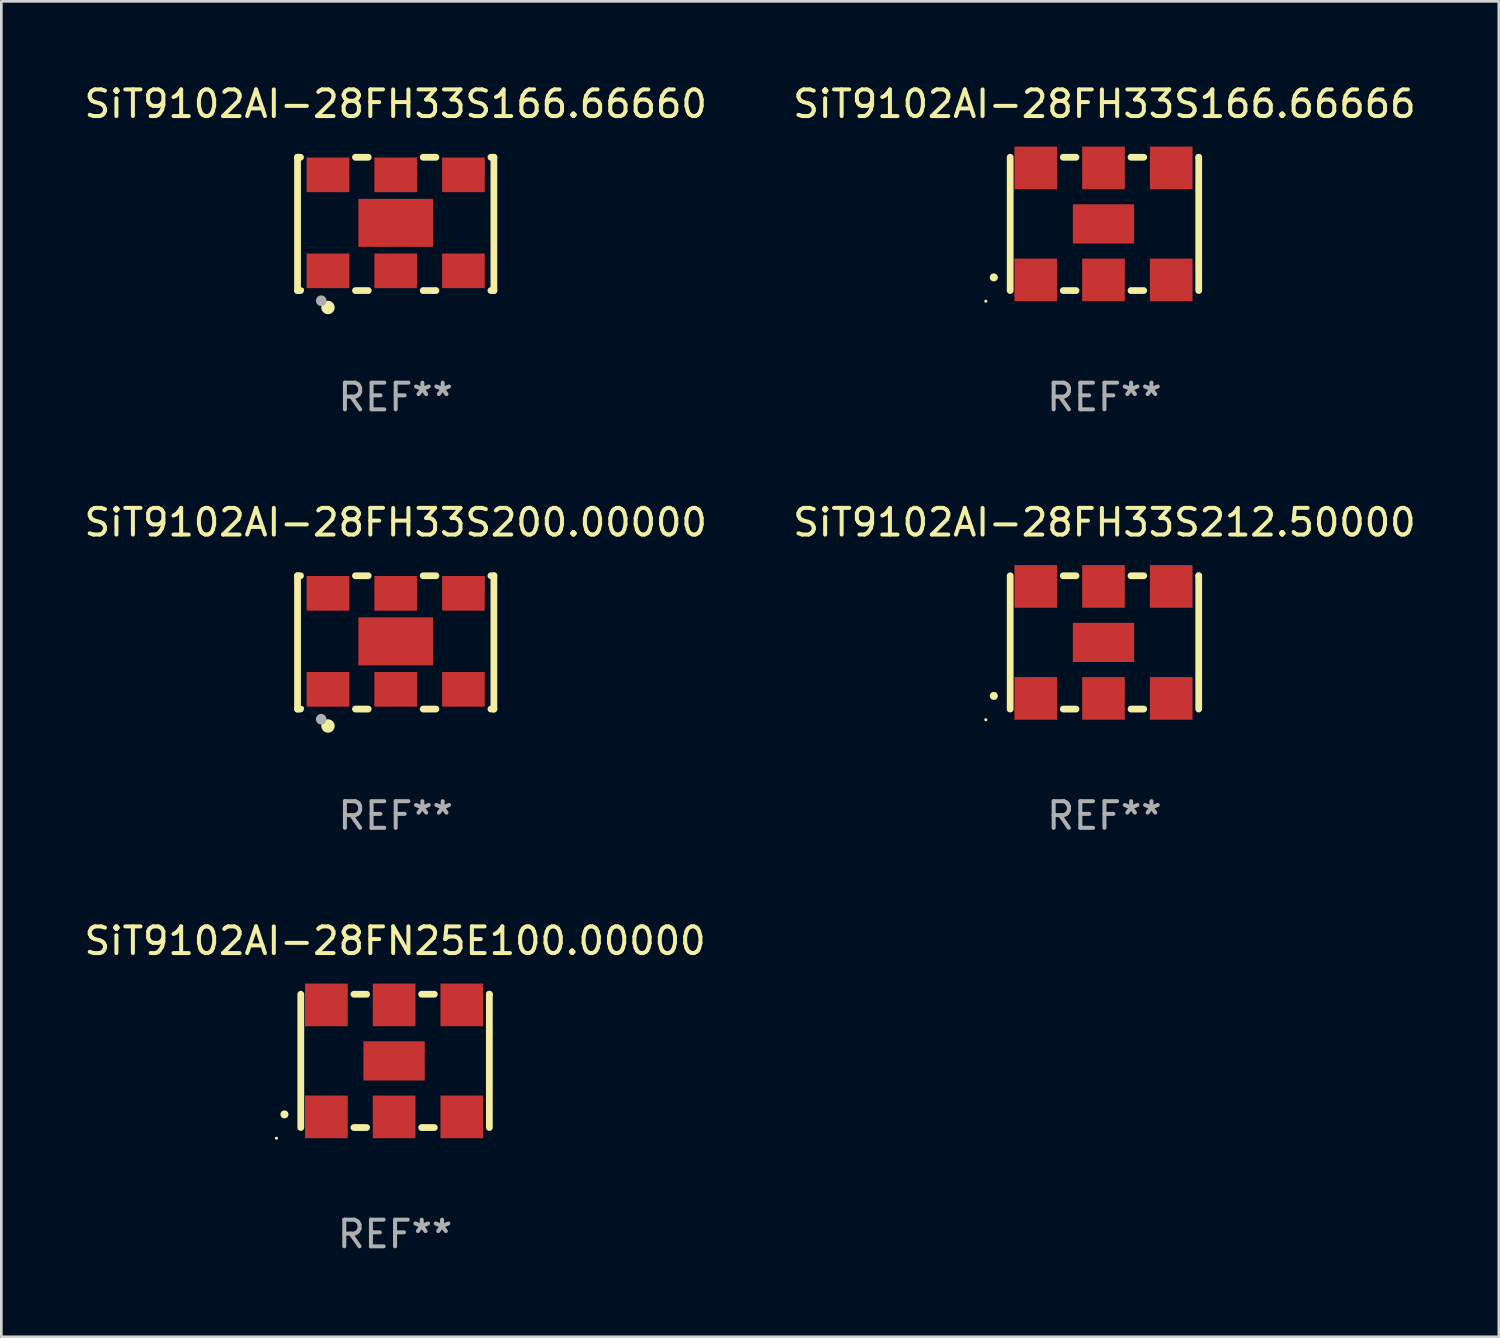
<source format=kicad_pcb>
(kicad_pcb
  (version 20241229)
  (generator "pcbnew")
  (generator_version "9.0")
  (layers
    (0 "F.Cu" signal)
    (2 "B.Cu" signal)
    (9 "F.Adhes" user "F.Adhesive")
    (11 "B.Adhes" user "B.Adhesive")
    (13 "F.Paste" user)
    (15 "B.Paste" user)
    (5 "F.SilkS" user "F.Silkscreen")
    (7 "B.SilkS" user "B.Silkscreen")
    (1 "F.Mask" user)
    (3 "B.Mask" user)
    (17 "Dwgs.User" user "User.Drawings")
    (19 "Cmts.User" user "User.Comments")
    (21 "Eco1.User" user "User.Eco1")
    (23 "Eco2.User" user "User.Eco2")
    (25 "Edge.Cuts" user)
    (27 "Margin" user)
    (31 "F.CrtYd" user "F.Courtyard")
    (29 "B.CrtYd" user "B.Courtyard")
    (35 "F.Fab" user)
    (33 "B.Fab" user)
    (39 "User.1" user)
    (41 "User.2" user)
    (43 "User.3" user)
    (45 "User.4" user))
  (footprint "SiT9102AI-28FN25E100.00000"
    (layer "F.Cu")
    (at 11.768 36.741)
    (property "Reference" "SiT9102AI-28FN25E100.00000" (at 0 -4.5 0) (layer "F.SilkS") (effects (font (size 1 1) (thickness 0.15))))
    (attr through_hole)
    (fp_line (start -3.536 -2.5) (end -3.536 2.5) (stroke (width 0.254) (type solid)) (layer "F.SilkS"))
    (fp_line (start -1.544 2.5) (end -1.067 2.5) (stroke (width 0.254) (type solid)) (layer "F.SilkS"))
    (fp_line (start -1.067 -2.5) (end -1.544 -2.5) (stroke (width 0.254) (type solid)) (layer "F.SilkS"))
    (fp_line (start 0.996 2.5) (end 1.473 2.5) (stroke (width 0.254) (type solid)) (layer "F.SilkS"))
    (fp_line (start 1.473 -2.5) (end 0.996 -2.5) (stroke (width 0.254) (type solid)) (layer "F.SilkS"))
    (fp_line (start 3.536 -2.5) (end 3.536 -2.5) (stroke (width 0.254) (type solid)) (layer "F.SilkS"))
    (fp_line (start 3.536 2.5) (end 3.536 -2.5) (stroke (width 0.254) (type solid)) (layer "F.SilkS"))
    (fp_arc (start -4.150432 2.006604) (mid -4.149162 2.006599) (end -4.147892 2.006604) (stroke (width 0.3) (type solid)) (layer "F.SilkS"))
    (fp_circle (center -4.449 2.9) (end -4.419 2.9) (stroke (width 0.06) (type solid)) (fill no) (layer "F.SilkS"))
    (fp_text user "REF**" (at 0 6.5 0) (layer "F.Fab") (effects (font (size 1 1) (thickness 0.15))))
    (pad "1" smd rect (at -2.576 2.1) (size 1.6 1.6) (layers "F.Cu" "F.Mask" "F.Paste"))
    (pad "2" smd rect (at -0.036 2.1) (size 1.6 1.6) (layers "F.Cu" "F.Mask" "F.Paste"))
    (pad "3" smd rect (at 2.504 2.1) (size 1.6 1.6) (layers "F.Cu" "F.Mask" "F.Paste"))
    (pad "4" smd rect (at 2.504 -2.1) (size 1.6 1.6) (layers "F.Cu" "F.Mask" "F.Paste"))
    (pad "5" smd rect (at -0.036 -2.1) (size 1.6 1.6) (layers "F.Cu" "F.Mask" "F.Paste"))
    (pad "6" smd rect (at -2.576 -2.1) (size 1.6 1.6) (layers "F.Cu" "F.Mask" "F.Paste"))
    (pad "7" smd rect (at -0.036 0) (size 2.3 1.47) (layers "F.Cu" "F.Mask" "F.Paste")))
  (footprint "SiT9102AI-28FH33S166.66666"
    (layer "F.Cu")
    (at 38.375 5.348)
    (property "Reference" "SiT9102AI-28FH33S166.66666" (at 0 -4.5 0) (layer "F.SilkS") (effects (font (size 1 1) (thickness 0.15))))
    (attr through_hole)
    (fp_line (start -3.536 -2.5) (end -3.536 2.5) (stroke (width 0.254) (type solid)) (layer "F.SilkS"))
    (fp_line (start -1.544 2.5) (end -1.067 2.5) (stroke (width 0.254) (type solid)) (layer "F.SilkS"))
    (fp_line (start -1.067 -2.5) (end -1.544 -2.5) (stroke (width 0.254) (type solid)) (layer "F.SilkS"))
    (fp_line (start 0.996 2.5) (end 1.473 2.5) (stroke (width 0.254) (type solid)) (layer "F.SilkS"))
    (fp_line (start 1.473 -2.5) (end 0.996 -2.5) (stroke (width 0.254) (type solid)) (layer "F.SilkS"))
    (fp_line (start 3.536 -2.5) (end 3.536 -2.5) (stroke (width 0.254) (type solid)) (layer "F.SilkS"))
    (fp_line (start 3.536 2.5) (end 3.536 -2.5) (stroke (width 0.254) (type solid)) (layer "F.SilkS"))
    (fp_arc (start -4.150432 2.006604) (mid -4.149162 2.006599) (end -4.147892 2.006604) (stroke (width 0.3) (type solid)) (layer "F.SilkS"))
    (fp_circle (center -4.449 2.9) (end -4.419 2.9) (stroke (width 0.06) (type solid)) (fill no) (layer "F.SilkS"))
    (fp_text user "REF**" (at 0 6.5 0) (layer "F.Fab") (effects (font (size 1 1) (thickness 0.15))))
    (pad "1" smd rect (at -2.576 2.1) (size 1.6 1.6) (layers "F.Cu" "F.Mask" "F.Paste"))
    (pad "2" smd rect (at -0.036 2.1) (size 1.6 1.6) (layers "F.Cu" "F.Mask" "F.Paste"))
    (pad "3" smd rect (at 2.504 2.1) (size 1.6 1.6) (layers "F.Cu" "F.Mask" "F.Paste"))
    (pad "4" smd rect (at 2.504 -2.1) (size 1.6 1.6) (layers "F.Cu" "F.Mask" "F.Paste"))
    (pad "5" smd rect (at -0.036 -2.1) (size 1.6 1.6) (layers "F.Cu" "F.Mask" "F.Paste"))
    (pad "6" smd rect (at -2.576 -2.1) (size 1.6 1.6) (layers "F.Cu" "F.Mask" "F.Paste"))
    (pad "7" smd rect (at -0.036 0) (size 2.3 1.47) (layers "F.Cu" "F.Mask" "F.Paste")))
  (footprint "SiT9102AI-28FH33S200.00000"
    (layer "F.Cu")
    (at 11.792 21.045)
    (property "Reference" "SiT9102AI-28FH33S200.00000" (at 0 -4.5 0) (layer "F.SilkS") (effects (font (size 1 1) (thickness 0.15))))
    (attr through_hole)
    (fp_line (start -3.683 -2.5) (end -3.571 -2.5) (stroke (width 0.254) (type solid)) (layer "F.SilkS"))
    (fp_line (start -3.683 2.5) (end -3.683 -2.5) (stroke (width 0.254) (type solid)) (layer "F.SilkS"))
    (fp_line (start -3.683 2.5) (end -3.571 2.5) (stroke (width 0.254) (type solid)) (layer "F.SilkS"))
    (fp_line (start -1.509 -2.5) (end -1.031 -2.5) (stroke (width 0.254) (type solid)) (layer "F.SilkS"))
    (fp_line (start -1.509 2.5) (end -1.031 2.5) (stroke (width 0.254) (type solid)) (layer "F.SilkS"))
    (fp_line (start 1.031 -2.5) (end 1.509 -2.5) (stroke (width 0.254) (type solid)) (layer "F.SilkS"))
    (fp_line (start 1.031 2.5) (end 1.509 2.5) (stroke (width 0.254) (type solid)) (layer "F.SilkS"))
    (fp_line (start 3.571 -2.5) (end 3.683 -2.5) (stroke (width 0.254) (type solid)) (layer "F.SilkS"))
    (fp_line (start 3.571 2.5) (end 3.683 2.5) (stroke (width 0.254) (type solid)) (layer "F.SilkS"))
    (fp_line (start 3.683 2.5) (end 3.683 -2.5) (stroke (width 0.254) (type solid)) (layer "F.SilkS"))
    (fp_circle (center -3.5 2.46) (end -3.47 2.46) (stroke (width 0.06) (type solid)) (fill no) (layer "F.SilkS"))
    (fp_circle (center -2.54 3.135) (end -2.413 3.135) (stroke (width 0.254) (type solid)) (fill no) (layer "F.SilkS"))
    (fp_circle (center -2.794 2.881) (end -2.694 2.881) (stroke (width 0.2) (type solid)) (fill no) (layer "F.Fab"))
    (fp_text user "REF**" (at 0 6.5 0) (layer "F.Fab") (effects (font (size 1 1) (thickness 0.15))))
    (pad "1" smd rect (at -2.54 1.76) (size 1.6 1.3) (layers "F.Cu" "F.Mask" "F.Paste"))
    (pad "2" smd rect (at 0 1.76) (size 1.6 1.3) (layers "F.Cu" "F.Mask" "F.Paste"))
    (pad "3" smd rect (at 2.54 1.76) (size 1.6 1.3) (layers "F.Cu" "F.Mask" "F.Paste"))
    (pad "4" smd rect (at 2.54 -1.84) (size 1.6 1.3) (layers "F.Cu" "F.Mask" "F.Paste"))
    (pad "5" smd rect (at 0 -1.84) (size 1.6 1.3) (layers "F.Cu" "F.Mask" "F.Paste"))
    (pad "6" smd rect (at -2.54 -1.84) (size 1.6 1.3) (layers "F.Cu" "F.Mask" "F.Paste"))
    (pad "7" smd rect (at 0 -0.04) (size 2.8 1.8) (layers "F.Cu" "F.Mask" "F.Paste")))
  (footprint "SiT9102AI-28FH33S212.50000"
    (layer "F.Cu")
    (at 38.375 21.045)
    (property "Reference" "SiT9102AI-28FH33S212.50000" (at 0 -4.5 0) (layer "F.SilkS") (effects (font (size 1 1) (thickness 0.15))))
    (attr through_hole)
    (fp_line (start -3.536 -2.5) (end -3.536 2.5) (stroke (width 0.254) (type solid)) (layer "F.SilkS"))
    (fp_line (start -1.544 2.5) (end -1.067 2.5) (stroke (width 0.254) (type solid)) (layer "F.SilkS"))
    (fp_line (start -1.067 -2.5) (end -1.544 -2.5) (stroke (width 0.254) (type solid)) (layer "F.SilkS"))
    (fp_line (start 0.996 2.5) (end 1.473 2.5) (stroke (width 0.254) (type solid)) (layer "F.SilkS"))
    (fp_line (start 1.473 -2.5) (end 0.996 -2.5) (stroke (width 0.254) (type solid)) (layer "F.SilkS"))
    (fp_line (start 3.536 -2.5) (end 3.536 -2.5) (stroke (width 0.254) (type solid)) (layer "F.SilkS"))
    (fp_line (start 3.536 2.5) (end 3.536 -2.5) (stroke (width 0.254) (type solid)) (layer "F.SilkS"))
    (fp_arc (start -4.150432 2.006604) (mid -4.149162 2.006599) (end -4.147892 2.006604) (stroke (width 0.3) (type solid)) (layer "F.SilkS"))
    (fp_circle (center -4.449 2.9) (end -4.419 2.9) (stroke (width 0.06) (type solid)) (fill no) (layer "F.SilkS"))
    (fp_text user "REF**" (at 0 6.5 0) (layer "F.Fab") (effects (font (size 1 1) (thickness 0.15))))
    (pad "1" smd rect (at -2.576 2.1) (size 1.6 1.6) (layers "F.Cu" "F.Mask" "F.Paste"))
    (pad "2" smd rect (at -0.036 2.1) (size 1.6 1.6) (layers "F.Cu" "F.Mask" "F.Paste"))
    (pad "3" smd rect (at 2.504 2.1) (size 1.6 1.6) (layers "F.Cu" "F.Mask" "F.Paste"))
    (pad "4" smd rect (at 2.504 -2.1) (size 1.6 1.6) (layers "F.Cu" "F.Mask" "F.Paste"))
    (pad "5" smd rect (at -0.036 -2.1) (size 1.6 1.6) (layers "F.Cu" "F.Mask" "F.Paste"))
    (pad "6" smd rect (at -2.576 -2.1) (size 1.6 1.6) (layers "F.Cu" "F.Mask" "F.Paste"))
    (pad "7" smd rect (at -0.036 0) (size 2.3 1.47) (layers "F.Cu" "F.Mask" "F.Paste")))
  (footprint "SiT9102AI-28FH33S166.66660"
    (layer "F.Cu")
    (at 11.792 5.348)
    (property "Reference" "SiT9102AI-28FH33S166.66660" (at 0 -4.5 0) (layer "F.SilkS") (effects (font (size 1 1) (thickness 0.15))))
    (attr through_hole)
    (fp_line (start -3.683 -2.5) (end -3.571 -2.5) (stroke (width 0.254) (type solid)) (layer "F.SilkS"))
    (fp_line (start -3.683 2.5) (end -3.683 -2.5) (stroke (width 0.254) (type solid)) (layer "F.SilkS"))
    (fp_line (start -3.683 2.5) (end -3.571 2.5) (stroke (width 0.254) (type solid)) (layer "F.SilkS"))
    (fp_line (start -1.509 -2.5) (end -1.031 -2.5) (stroke (width 0.254) (type solid)) (layer "F.SilkS"))
    (fp_line (start -1.509 2.5) (end -1.031 2.5) (stroke (width 0.254) (type solid)) (layer "F.SilkS"))
    (fp_line (start 1.031 -2.5) (end 1.509 -2.5) (stroke (width 0.254) (type solid)) (layer "F.SilkS"))
    (fp_line (start 1.031 2.5) (end 1.509 2.5) (stroke (width 0.254) (type solid)) (layer "F.SilkS"))
    (fp_line (start 3.571 -2.5) (end 3.683 -2.5) (stroke (width 0.254) (type solid)) (layer "F.SilkS"))
    (fp_line (start 3.571 2.5) (end 3.683 2.5) (stroke (width 0.254) (type solid)) (layer "F.SilkS"))
    (fp_line (start 3.683 2.5) (end 3.683 -2.5) (stroke (width 0.254) (type solid)) (layer "F.SilkS"))
    (fp_circle (center -3.5 2.46) (end -3.47 2.46) (stroke (width 0.06) (type solid)) (fill no) (layer "F.SilkS"))
    (fp_circle (center -2.54 3.135) (end -2.413 3.135) (stroke (width 0.254) (type solid)) (fill no) (layer "F.SilkS"))
    (fp_circle (center -2.794 2.881) (end -2.694 2.881) (stroke (width 0.2) (type solid)) (fill no) (layer "F.Fab"))
    (fp_text user "REF**" (at 0 6.5 0) (layer "F.Fab") (effects (font (size 1 1) (thickness 0.15))))
    (pad "1" smd rect (at -2.54 1.76) (size 1.6 1.3) (layers "F.Cu" "F.Mask" "F.Paste"))
    (pad "2" smd rect (at 0 1.76) (size 1.6 1.3) (layers "F.Cu" "F.Mask" "F.Paste"))
    (pad "3" smd rect (at 2.54 1.76) (size 1.6 1.3) (layers "F.Cu" "F.Mask" "F.Paste"))
    (pad "4" smd rect (at 2.54 -1.84) (size 1.6 1.3) (layers "F.Cu" "F.Mask" "F.Paste"))
    (pad "5" smd rect (at 0 -1.84) (size 1.6 1.3) (layers "F.Cu" "F.Mask" "F.Paste"))
    (pad "6" smd rect (at -2.54 -1.84) (size 1.6 1.3) (layers "F.Cu" "F.Mask" "F.Paste"))
    (pad "7" smd rect (at 0 -0.04) (size 2.8 1.8) (layers "F.Cu" "F.Mask" "F.Paste")))
  (gr_rect
    (start -3 -3)
    (end 53.167 47.09)
    (stroke (width 0.1) (type default))
    (fill no)
    (layer "Edge.Cuts")))
</source>
